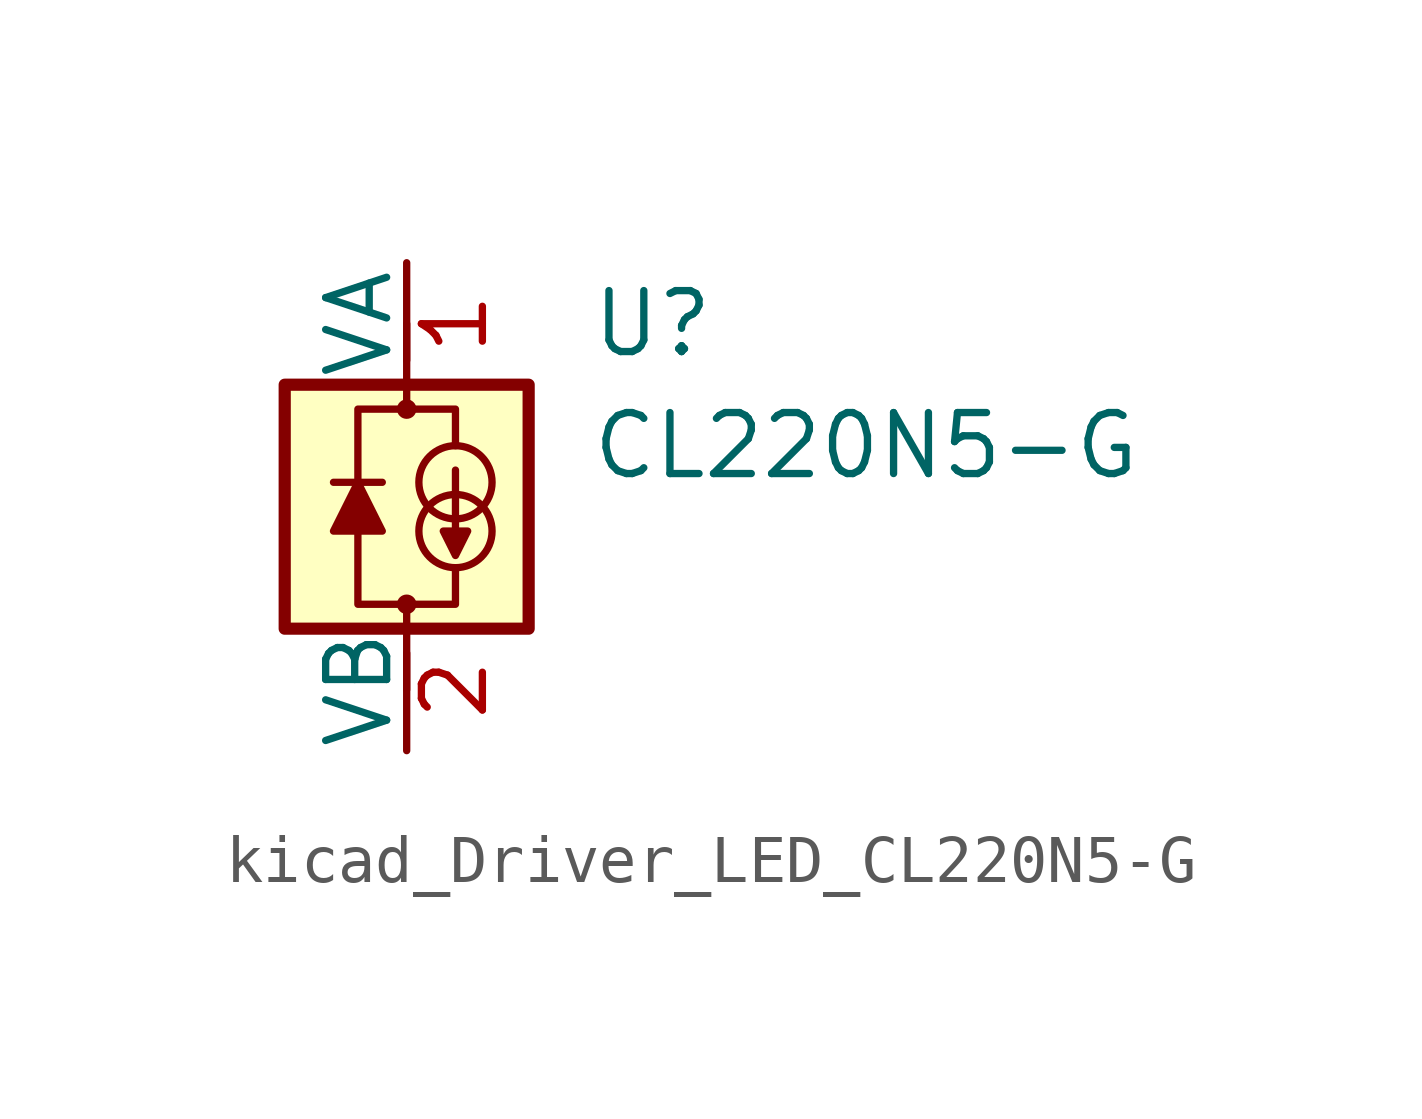
<source format=kicad_sym>
(kicad_symbol_lib
  (version 20220914)
  (generator kicad_symbol_editor)
  (symbol "kicad_Driver_LED_CL220N5-G"
    (pin_names
      (offset 0))
    (property "Reference" "U"
      (at 3.81 3.81 0)
      (effects (font (size 1.27 1.27)) (justify left)))
    (property "Value" "CL220N5-G"
      (at 3.81 1.27 0)
      (effects (font (size 1.27 1.27)) (justify left)))
    (symbol "kicad_Driver_LED_CL220N5-G_0_1"
      (rectangle (start -2.54 2.54) (end 2.54 -2.54) (stroke (width 0.254) (type default)) (fill (type background)))
      (circle (center 0 -2.032) (radius 0.127) (stroke (width 0) (type default)) (fill (type none)))
      (polyline (pts (xy -1.524 0.508) (xy -0.508 0.508)) (stroke (width 0) (type default)) (fill (type none)))
      (polyline (pts (xy 0 -3.048) (xy 0 -3.81)) (stroke (width 0) (type default)) (fill (type none)))
      (polyline (pts (xy 0 -2.032) (xy 0 -2.54)) (stroke (width 0) (type default)) (fill (type none)))
      (polyline (pts (xy 0 2.032) (xy 0 2.54)) (stroke (width 0) (type default)) (fill (type none)))
      (polyline (pts (xy 0 3.048) (xy 0 3.81)) (stroke (width 0) (type default)) (fill (type none)))
      (polyline (pts (xy -1.016 -0.508) (xy -1.016 -2.032) (xy 1.016 -2.032) (xy 1.016 -1.27)) (stroke (width 0) (type default)) (fill (type none)))
      (polyline (pts (xy -1.016 0.508) (xy -1.524 -0.508) (xy -0.508 -0.508) (xy -1.016 0.508)) (stroke (width 0) (type default)) (fill (type outline)))
      (polyline (pts (xy 1.016 1.27) (xy 1.016 2.032) (xy -1.016 2.032) (xy -1.016 0.508)) (stroke (width 0) (type default)) (fill (type none)))
      (polyline (pts (xy 1.016 0.762) (xy 1.016 -1.016) (xy 0.762 -0.508) (xy 1.27 -0.508) (xy 1.016 -1.016)) (stroke (width 0) (type default)) (fill (type outline)))
      (circle (center 0 2.032) (radius 0.127) (stroke (width 0) (type default)) (fill (type none)))
      (circle (center 1.016 -0.508) (radius 0.762) (stroke (width 0) (type default)) (fill (type none)))
      (circle (center 1.016 0.508) (radius 0.762) (stroke (width 0) (type default)) (fill (type none))))
    (symbol "kicad_Driver_LED_CL220N5-G_1_1"
      (pin input line (at 0 5.08 270) (length 2.54) (name "VA" (effects (font (size 1.27 1.27)))) (number "1" (effects (font (size 1.27 1.27)))))
      (pin input line (at 0 -5.08 90) (length 2.54) (name "VB" (effects (font (size 1.27 1.27)))) (number "2" (effects (font (size 1.27 1.27))))))))
</source>
